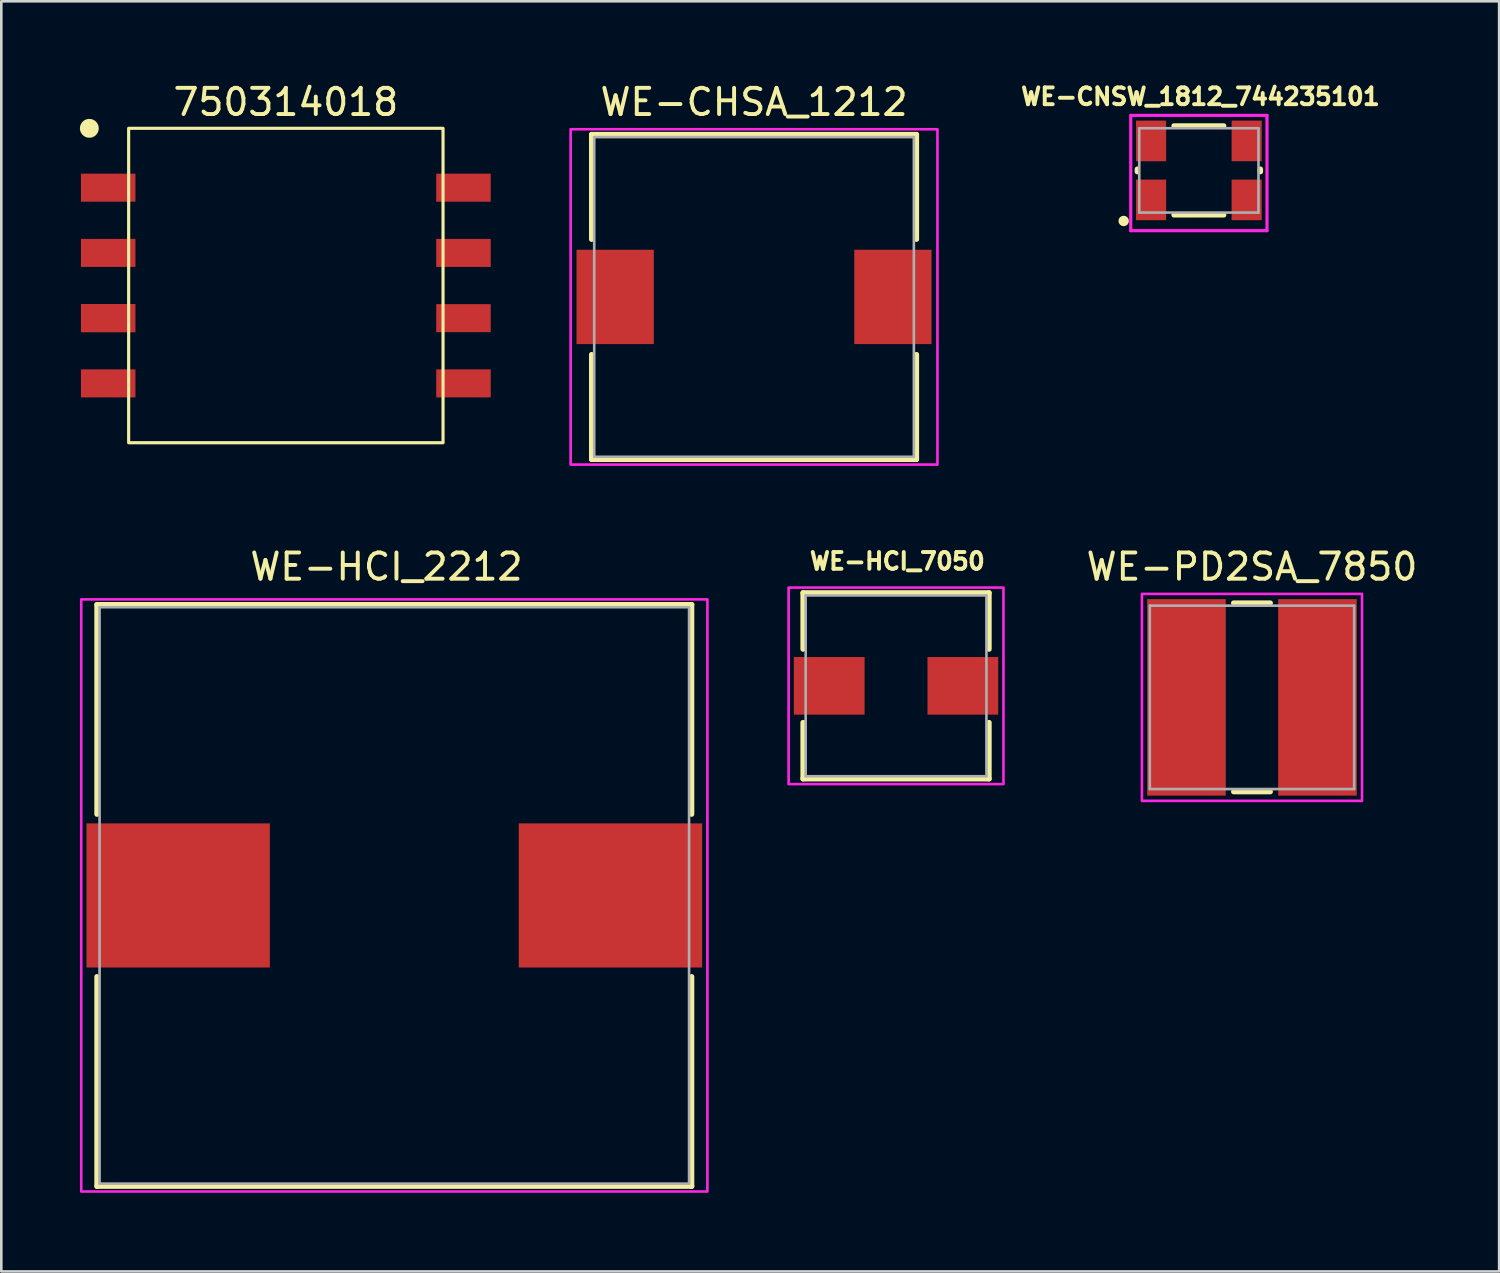
<source format=kicad_pcb>
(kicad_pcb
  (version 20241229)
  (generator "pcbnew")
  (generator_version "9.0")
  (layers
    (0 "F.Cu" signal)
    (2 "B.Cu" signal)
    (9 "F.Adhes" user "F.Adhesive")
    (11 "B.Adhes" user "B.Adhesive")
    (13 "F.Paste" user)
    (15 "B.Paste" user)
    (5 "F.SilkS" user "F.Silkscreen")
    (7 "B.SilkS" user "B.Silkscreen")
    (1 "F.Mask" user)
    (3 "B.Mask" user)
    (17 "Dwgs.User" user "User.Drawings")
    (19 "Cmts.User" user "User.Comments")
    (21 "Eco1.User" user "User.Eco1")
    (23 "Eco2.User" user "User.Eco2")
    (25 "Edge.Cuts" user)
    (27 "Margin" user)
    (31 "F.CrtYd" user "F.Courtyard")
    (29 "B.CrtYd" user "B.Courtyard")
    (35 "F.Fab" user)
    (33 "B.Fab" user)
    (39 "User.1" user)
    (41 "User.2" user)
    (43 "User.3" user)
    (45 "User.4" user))
  (footprint "750314018"
    (layer "F.Cu")
    (at 7.86 7.848)
    (property "Reference" "750314018" (at 0 -7 0) (unlocked yes) (layer "F.SilkS") (effects (font (size 1 1) (thickness 0.15))))
    (attr smd)
    (fp_rect (start -6 -6) (end 6 6) (stroke (width 0.12) (type solid)) (fill no) (layer "F.SilkS"))
    (fp_circle (center -7.5 -6) (end -7.2 -6) (stroke (width 0.12) (type solid)) (fill yes) (layer "F.SilkS"))
    (pad "" smd rect (at 6.78 -1.245) (size 2.08 1.07) (layers "F.Cu" "F.Mask" "F.Paste"))
    (pad "" smd rect (at 6.78 1.245) (size 2.08 1.07) (layers "F.Cu" "F.Mask" "F.Paste"))
    (pad "1" smd rect (at -6.78 -3.735) (size 2.08 1.07) (layers "F.Cu" "F.Mask" "F.Paste"))
    (pad "1" smd rect (at -6.78 -1.245) (size 2.08 1.07) (layers "F.Cu" "F.Mask" "F.Paste"))
    (pad "2" smd rect (at -6.78 1.245) (size 2.08 1.08) (layers "F.Cu" "F.Mask" "F.Paste"))
    (pad "2" smd rect (at -6.78 3.735) (size 2.08 1.07) (layers "F.Cu" "F.Mask" "F.Paste"))
    (pad "3" smd rect (at 6.78 3.735) (size 2.08 1.07) (layers "F.Cu" "F.Mask" "F.Paste"))
    (pad "4" smd rect (at 6.78 -3.735) (size 2.08 1.07) (layers "F.Cu" "F.Mask" "F.Paste")))
  (footprint "WE-CHSA_1212"
    (layer "F.Cu")
    (at 25.73 8.283)
    (property "Reference" "WE-CHSA_1212" (at 0 -7.435 0) (layer "F.SilkS") (effects (font (size 1 1) (thickness 0.15))))
    (attr smd)
    (fp_line (start -6.2 -6.2) (end 6.2 -6.2) (stroke (width 0.2) (type solid)) (layer "F.SilkS"))
    (fp_line (start -6.2 -2.2) (end -6.2 -6.2) (stroke (width 0.2) (type solid)) (layer "F.SilkS"))
    (fp_line (start -6.2 2.2) (end -6.2 6.2) (stroke (width 0.2) (type solid)) (layer "F.SilkS"))
    (fp_line (start -6.2 6.2) (end 6.2 6.2) (stroke (width 0.2) (type solid)) (layer "F.SilkS"))
    (fp_line (start 6.2 -6.2) (end 6.2 -2.2) (stroke (width 0.2) (type solid)) (layer "F.SilkS"))
    (fp_line (start 6.2 6.2) (end 6.2 2.2) (stroke (width 0.2) (type solid)) (layer "F.SilkS"))
    (fp_poly (pts (xy -7 -6.4) (xy 7 -6.4) (xy 7 6.4) (xy -7 6.4)) (stroke (width 0.1) (type solid)) (fill no) (layer "F.CrtYd"))
    (fp_line (start -6.1 -6.1) (end 6.1 -6.1) (stroke (width 0.1) (type solid)) (layer "F.Fab"))
    (fp_line (start -6.1 6.1) (end -6.1 -6.1) (stroke (width 0.1) (type solid)) (layer "F.Fab"))
    (fp_line (start 6.1 -6.1) (end 6.1 6.1) (stroke (width 0.1) (type solid)) (layer "F.Fab"))
    (fp_line (start 6.1 6.1) (end -6.1 6.1) (stroke (width 0.1) (type solid)) (layer "F.Fab"))
    (pad "1" smd rect (at -5.3 0) (size 2.95 3.6) (layers "F.Cu" "F.Mask" "F.Paste"))
    (pad "2" smd rect (at 5.3 0) (size 2.95 3.6) (layers "F.Cu" "F.Mask" "F.Paste"))
    (zone (net_name "") (layer "F.Cu") (hatch full 0.508) (connect_pads) (min_thickness 0.1) (filled_areas_thickness no) (keepout (tracks not_allowed) (vias not_allowed) (pads not_allowed) (copperpour not_allowed) (footprints allowed)) (placement (enabled no)) (fill) (polygon (pts (xy 22.23 2.383) (xy 29.23 2.383) (xy 29.23 14.183) (xy 22.23 14.183))))
    (zone (net_name "") (layers "F.Cu" "B.Cu") (hatch full 0.508) (connect_pads) (min_thickness 0.1) (filled_areas_thickness no) (keepout (tracks allowed) (vias not_allowed) (pads allowed) (copperpour allowed) (footprints allowed)) (placement (enabled no)) (fill) (polygon (pts (xy 22.23 2.383) (xy 29.23 2.383) (xy 29.23 14.183) (xy 22.23 14.183)))))
  (footprint "WE-PD2SA_7850"
    (layer "F.Cu")
    (at 44.735 23.567)
    (property "Reference" "WE-PD2SA_7850" (at 0 -4.985 0) (layer "F.SilkS") (effects (font (size 1 1) (thickness 0.15))))
    (attr through_hole)
    (fp_line (start -0.7 -3.6) (end 0.7 -3.6) (stroke (width 0.2) (type solid)) (layer "F.SilkS"))
    (fp_line (start 0.7 3.6) (end -0.7 3.6) (stroke (width 0.2) (type solid)) (layer "F.SilkS"))
    (fp_poly (pts (xy -4.2 -3.95) (xy 4.2 -3.95) (xy 4.2 3.95) (xy -4.2 3.95)) (stroke (width 0.1) (type solid)) (fill no) (layer "F.CrtYd"))
    (fp_line (start -3.9 -3.5) (end 3.9 -3.5) (stroke (width 0.1) (type solid)) (layer "F.Fab"))
    (fp_line (start -3.9 3.5) (end -3.9 -3.5) (stroke (width 0.1) (type solid)) (layer "F.Fab"))
    (fp_line (start 3.9 -3.5) (end 3.9 3.5) (stroke (width 0.1) (type solid)) (layer "F.Fab"))
    (fp_line (start 3.9 3.5) (end -3.9 3.5) (stroke (width 0.1) (type solid)) (layer "F.Fab"))
    (pad "1" smd rect (at -2.5 0 90) (size 7.5 3) (layers "F.Cu" "F.Mask" "F.Paste"))
    (pad "2" smd rect (at 2.5 0 90) (size 7.5 3) (layers "F.Cu" "F.Mask" "F.Paste"))
    (zone (net_name "") (layer "F.Cu") (hatch full 0.508) (connect_pads) (min_thickness 0.1) (filled_areas_thickness no) (keepout (tracks not_allowed) (vias not_allowed) (pads not_allowed) (copperpour not_allowed) (footprints allowed)) (placement (enabled no)) (fill) (polygon (pts (xy 43.935 19.767) (xy 45.535 19.767) (xy 45.535 27.366) (xy 43.935 27.366))))
    (zone (net_name "") (layers "F.Cu" "B.Cu") (hatch full 0.508) (connect_pads) (min_thickness 0.1) (filled_areas_thickness no) (keepout (tracks allowed) (vias not_allowed) (pads allowed) (copperpour allowed) (footprints allowed)) (placement (enabled no)) (fill) (polygon (pts (xy 43.935 19.767) (xy 45.535 19.767) (xy 45.535 27.366) (xy 43.935 27.366)))))
  (footprint "WE-HCI_2212"
    (layer "F.Cu")
    (at 12 31.127)
    (property "Reference" "WE-HCI_2212" (at -0.3 -12.545 0) (layer "F.SilkS") (effects (font (size 1 1) (thickness 0.15))))
    (attr through_hole)
    (fp_line (start -11.35 -11.1) (end 11.35 -11.1) (stroke (width 0.2) (type solid)) (layer "F.SilkS"))
    (fp_line (start -11.35 -3.1) (end -11.35 -11.1) (stroke (width 0.2) (type solid)) (layer "F.SilkS"))
    (fp_line (start -11.35 3.1) (end -11.35 11.1) (stroke (width 0.2) (type solid)) (layer "F.SilkS"))
    (fp_line (start -11.35 11.1) (end 11.35 11.1) (stroke (width 0.2) (type solid)) (layer "F.SilkS"))
    (fp_line (start 11.35 -11.1) (end 11.35 -3.1) (stroke (width 0.2) (type solid)) (layer "F.SilkS"))
    (fp_line (start 11.35 11.1) (end 11.35 3.1) (stroke (width 0.2) (type solid)) (layer "F.SilkS"))
    (fp_poly (pts (xy -11.95 11.3) (xy -11.95 -11.3) (xy 11.95 -11.3) (xy 11.95 11.3)) (stroke (width 0.1) (type solid)) (fill no) (layer "F.CrtYd"))
    (fp_line (start -11.25 -11) (end -11.25 11) (stroke (width 0.1) (type solid)) (layer "F.Fab"))
    (fp_line (start 11.25 -11) (end -11.25 -11) (stroke (width 0.1) (type solid)) (layer "F.Fab"))
    (fp_line (start 11.25 -11) (end 11.25 11) (stroke (width 0.1) (type solid)) (layer "F.Fab"))
    (fp_line (start 11.25 11) (end -11.25 11) (stroke (width 0.1) (type solid)) (layer "F.Fab"))
    (pad "1" smd rect (at 8.25 0 180) (size 7 5.5) (layers "F.Cu" "F.Mask" "F.Paste"))
    (pad "2" smd rect (at -8.25 0 180) (size 7 5.5) (layers "F.Cu" "F.Mask" "F.Paste")))
  (footprint "WE-HCI_7050"
    (layer "F.Cu")
    (at 31.15 23.127)
    (property "Reference" "WE-HCI_7050" (at 0.05 -4.756 0) (layer "F.SilkS") (effects (font (size 0.64 0.64) (thickness 0.15))))
    (attr through_hole)
    (fp_line (start -3.55 -3.55) (end 3.55 -3.55) (stroke (width 0.2) (type solid)) (layer "F.SilkS"))
    (fp_line (start -3.55 -1.4) (end -3.55 -3.55) (stroke (width 0.2) (type solid)) (layer "F.SilkS"))
    (fp_line (start -3.55 1.4) (end -3.55 3.55) (stroke (width 0.2) (type solid)) (layer "F.SilkS"))
    (fp_line (start -3.55 3.55) (end 3.55 3.55) (stroke (width 0.2) (type solid)) (layer "F.SilkS"))
    (fp_line (start 3.55 -3.55) (end 3.55 -1.4) (stroke (width 0.2) (type solid)) (layer "F.SilkS"))
    (fp_line (start 3.55 3.55) (end 3.55 1.4) (stroke (width 0.2) (type solid)) (layer "F.SilkS"))
    (fp_poly (pts (xy -4.1 -3.75) (xy 4.1 -3.75) (xy 4.1 3.75) (xy -4.1 3.75)) (stroke (width 0.1) (type solid)) (fill no) (layer "F.CrtYd"))
    (fp_line (start -3.45 -3.45) (end -3.45 3.45) (stroke (width 0.1) (type solid)) (layer "F.Fab"))
    (fp_line (start -3.45 -3.45) (end 3.45 -3.45) (stroke (width 0.1) (type solid)) (layer "F.Fab"))
    (fp_line (start -3.45 3.45) (end 3.45 3.45) (stroke (width 0.1) (type solid)) (layer "F.Fab"))
    (fp_line (start 3.45 -3.45) (end 3.45 3.45) (stroke (width 0.1) (type solid)) (layer "F.Fab"))
    (pad "1" smd rect (at -2.55 0) (size 2.7 2.2) (layers "F.Cu" "F.Mask" "F.Paste"))
    (pad "2" smd rect (at 2.55 0) (size 2.7 2.2) (layers "F.Cu" "F.Mask" "F.Paste")))
  (footprint "WE-CNSW_1812_744235101"
    (layer "F.Cu")
    (at 42.708 3.454)
    (property "Reference" "WE-CNSW_1812_744235101" (at 0.06 -2.816 0) (layer "F.SilkS") (effects (font (size 0.64 0.64) (thickness 0.15))))
    (attr through_hole)
    (fp_line (start -2.35 -0.05) (end -2.35 0.05) (stroke (width 0.2) (type solid)) (layer "F.SilkS"))
    (fp_line (start -0.95 -1.7) (end 0.95 -1.7) (stroke (width 0.2) (type solid)) (layer "F.SilkS"))
    (fp_line (start -0.95 1.7) (end 0.95 1.7) (stroke (width 0.2) (type solid)) (layer "F.SilkS"))
    (fp_line (start 2.35 -0.05) (end 2.35 0.05) (stroke (width 0.2) (type solid)) (layer "F.SilkS"))
    (fp_circle (center -2.87 1.93) (end -2.77 1.93) (stroke (width 0.2) (type solid)) (fill no) (layer "F.SilkS"))
    (fp_line (start -2.6 -2.1) (end 2.6 -2.1) (stroke (width 0.12) (type solid)) (layer "F.CrtYd"))
    (fp_line (start -2.6 2.3) (end -2.6 -2.1) (stroke (width 0.12) (type solid)) (layer "F.CrtYd"))
    (fp_line (start 2.6 -2.1) (end 2.6 2.3) (stroke (width 0.12) (type solid)) (layer "F.CrtYd"))
    (fp_line (start 2.6 2.3) (end -2.6 2.3) (stroke (width 0.12) (type solid)) (layer "F.CrtYd"))
    (fp_line (start -2.275 -1.61) (end -2.275 1.61) (stroke (width 0.1) (type solid)) (layer "F.Fab"))
    (fp_line (start -2.275 1.61) (end 2.275 1.61) (stroke (width 0.1) (type solid)) (layer "F.Fab"))
    (fp_line (start 2.275 -1.61) (end -2.275 -1.61) (stroke (width 0.1) (type solid)) (layer "F.Fab"))
    (fp_line (start 2.275 1.61) (end 2.275 -1.61) (stroke (width 0.1) (type solid)) (layer "F.Fab"))
    (pad "1" smd rect (at -1.825 -1.125 180) (size 1.15 1.55) (layers "F.Cu" "F.Mask" "F.Paste"))
    (pad "2" smd rect (at 1.825 -1.125 180) (size 1.15 1.55) (layers "F.Cu" "F.Mask" "F.Paste"))
    (pad "3" smd rect (at -1.825 1.125 180) (size 1.15 1.55) (layers "F.Cu" "F.Mask" "F.Paste"))
    (pad "4" smd rect (at 1.825 1.125 180) (size 1.15 1.55) (layers "F.Cu" "F.Mask" "F.Paste")))
  (gr_rect
    (start -3 -3)
    (end 54.169 45.477)
    (stroke (width 0.1) (type default))
    (fill no)
    (layer "Edge.Cuts")))
</source>
